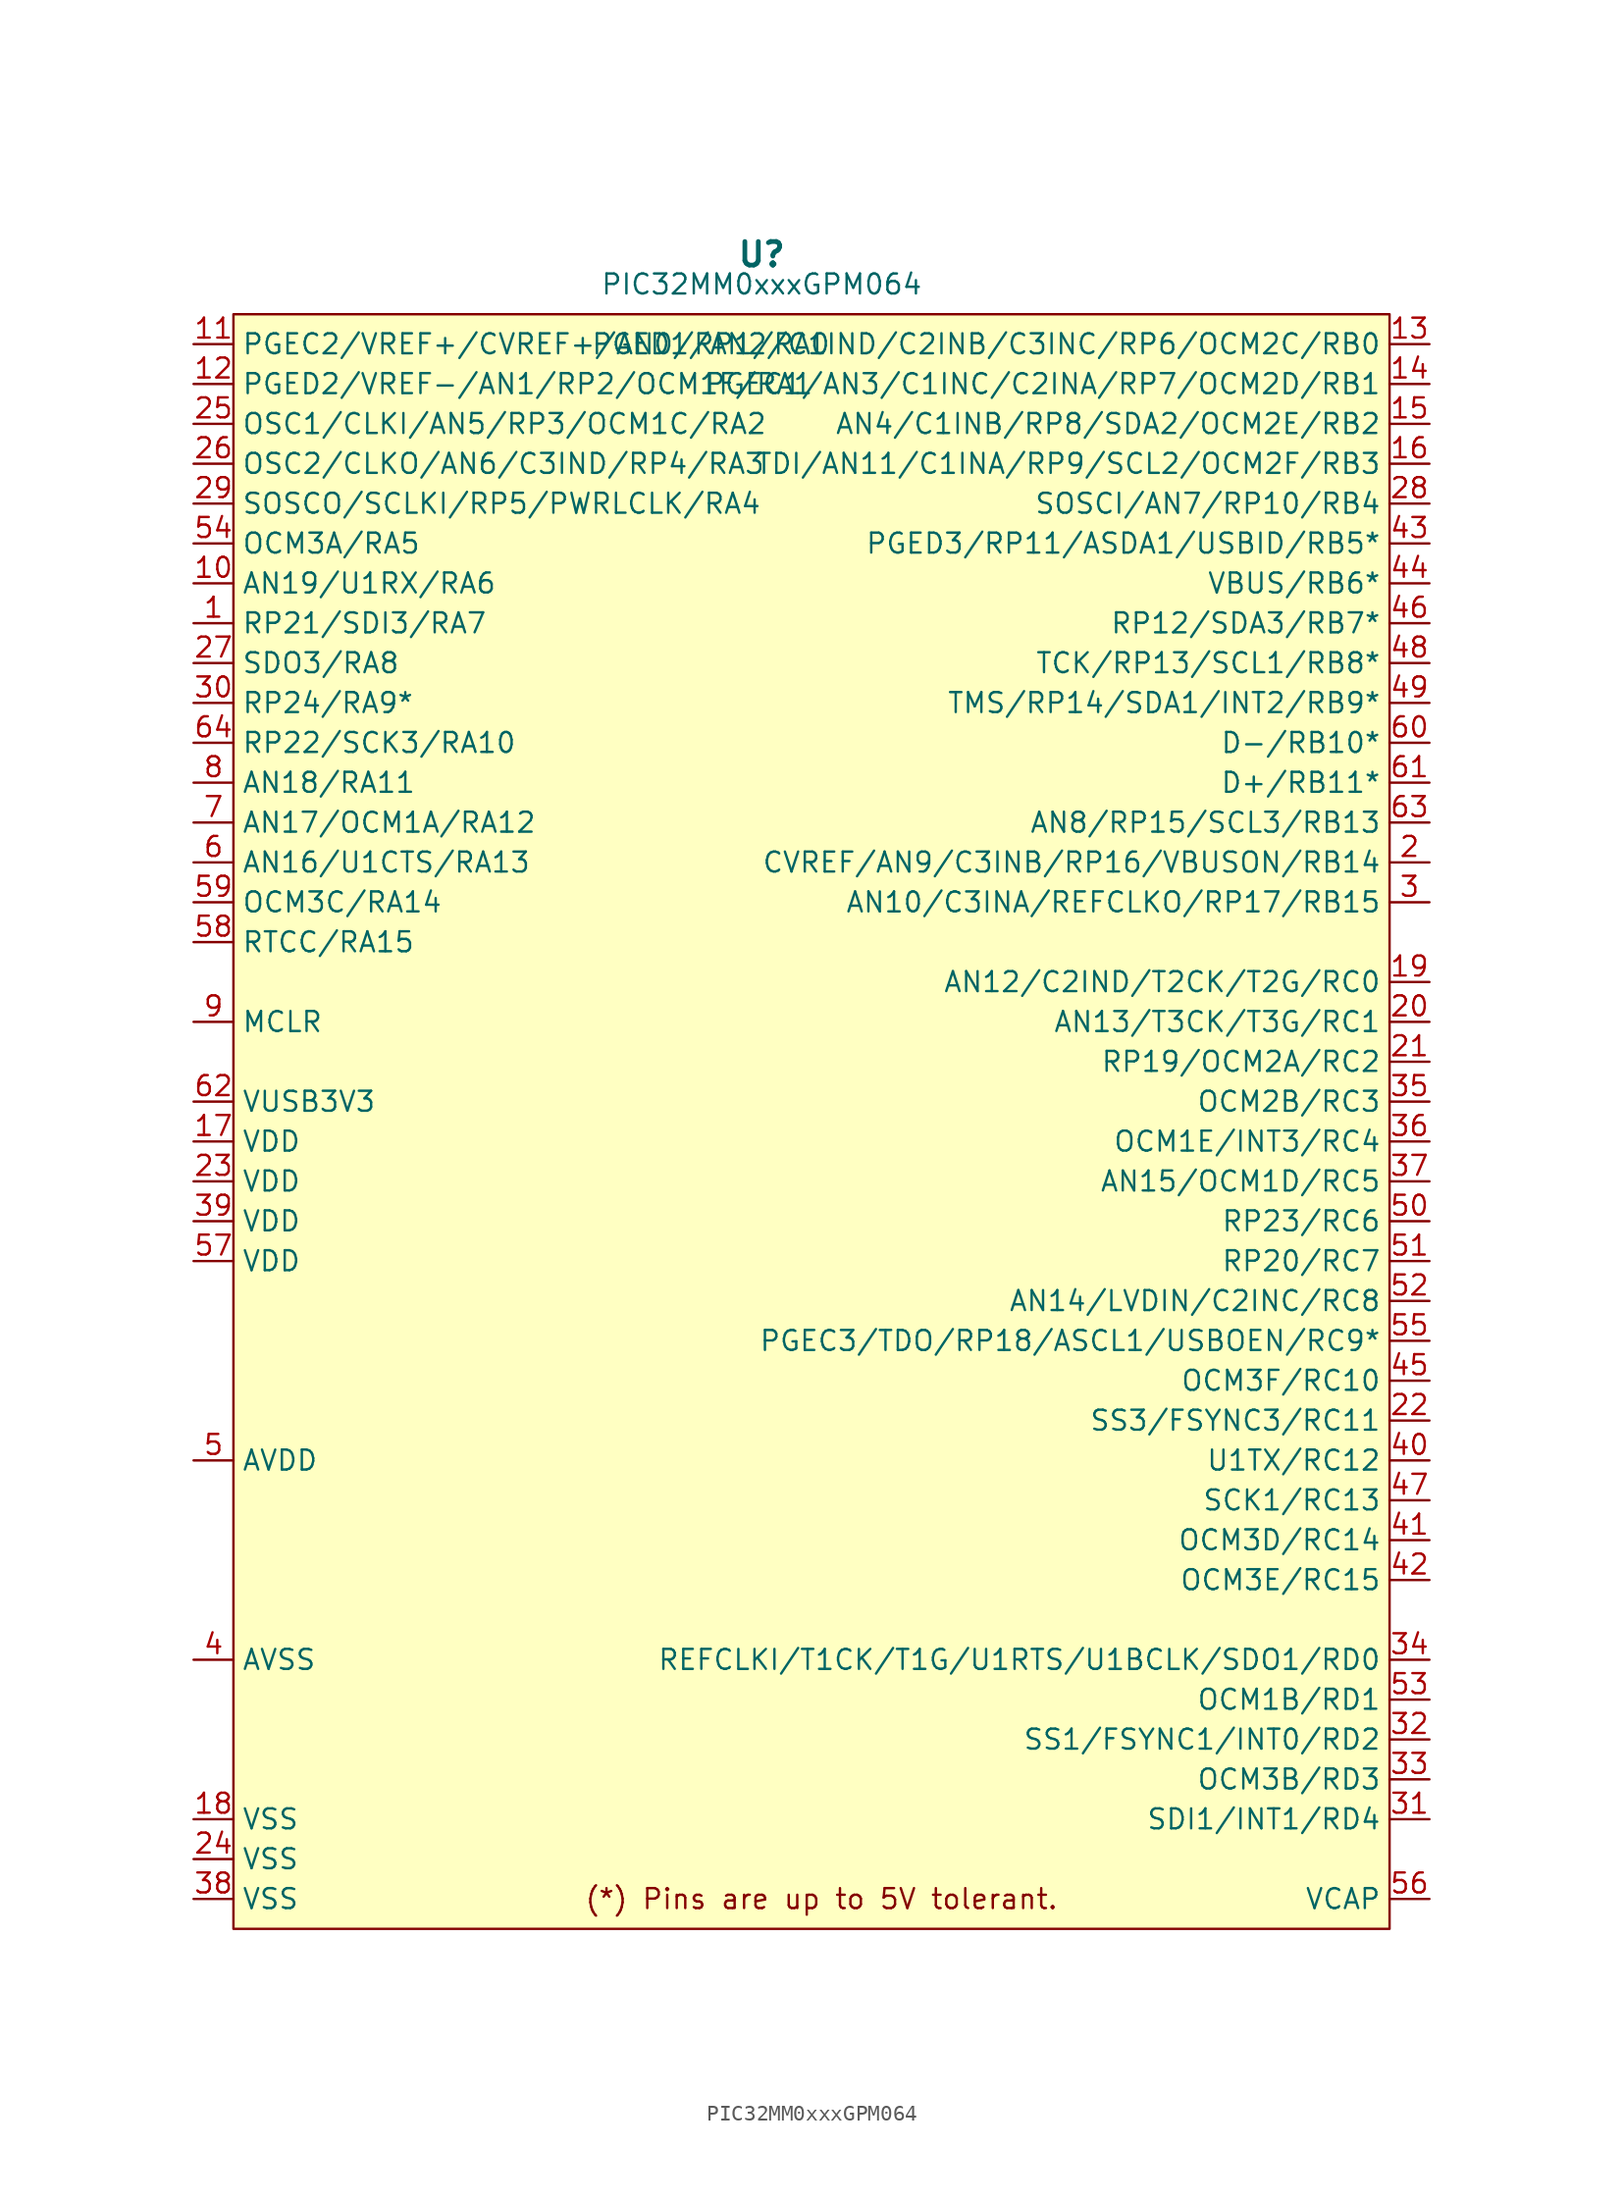
<source format=kicad_sym>
(kicad_symbol_lib
  (version 20231120)
  (generator "kicad_symbol_editor")
  (generator_version "8.0")
  (symbol "PIC32MM0xxxGPM064"
    (property "Reference" "U"
      (at 0 0.635 0)
      (effects (font (size 1.5 1.5) (bold yes))))
    (property "Value" "PIC32MM0xxxGPM064"
      (at 0 -1.27 0)
      (effects (font (size 1.27 1.27))))
    (symbol "PIC32MM0xxxGPM064_0_0"
      (pin bidirectional line (at -36.195 -22.86 0) (length 2.54) (name "RP21/SDI3/RA7" (effects (font (size 1.27 1.27)))) (number "1" (effects (font (size 1.27 1.27)))))
      (pin bidirectional line (at -36.195 -20.32 0) (length 2.54) (name "AN19/U1RX/RA6" (effects (font (size 1.27 1.27)))) (number "10" (effects (font (size 1.27 1.27)))))
      (pin bidirectional line (at -36.195 -5.08 0) (length 2.54) (name "PGEC2/VREF+/CVREF+/AN0/RP1/RA0" (effects (font (size 1.27 1.27)))) (number "11" (effects (font (size 1.27 1.27)))))
      (pin bidirectional line (at -36.195 -7.62 0) (length 2.54) (name "PGED2/VREF-/AN1/RP2/OCM1F/RA1" (effects (font (size 1.27 1.27)))) (number "12" (effects (font (size 1.27 1.27)))))
      (pin bidirectional line (at 42.545 -7.62 180) (length 2.54) (name "PGEC1/AN3/C1INC/C2INA/RP7/OCM2D/RB1" (effects (font (size 1.27 1.27)))) (number "14" (effects (font (size 1.27 1.27)))))
      (pin bidirectional line (at 42.545 -10.16 180) (length 2.54) (name "AN4/C1INB/RP8/SDA2/OCM2E/RB2" (effects (font (size 1.27 1.27)))) (number "15" (effects (font (size 1.27 1.27)))))
      (pin bidirectional line (at 42.545 -12.7 180) (length 2.54) (name "TDI/AN11/C1INA/RP9/SCL2/OCM2F/RB3" (effects (font (size 1.27 1.27)))) (number "16" (effects (font (size 1.27 1.27)))))
      (pin power_in line (at -36.195 -55.88 0) (length 2.54) (name "VDD" (effects (font (size 1.27 1.27)))) (number "17" (effects (font (size 1.27 1.27)))))
      (pin passive line (at -36.195 -99.06 0) (length 2.54) (name "VSS" (effects (font (size 1.27 1.27)))) (number "18" (effects (font (size 1.27 1.27)))))
      (pin bidirectional line (at 42.545 -45.72 180) (length 2.54) (name "AN12/C2IND/T2CK/T2G/RC0" (effects (font (size 1.27 1.27)))) (number "19" (effects (font (size 1.27 1.27)))))
      (pin bidirectional line (at 42.545 -38.1 180) (length 2.54) (name "CVREF/AN9/C3INB/RP16/VBUSON/RB14" (effects (font (size 1.27 1.27)))) (number "2" (effects (font (size 1.27 1.27)))))
      (pin bidirectional line (at 42.545 -48.26 180) (length 2.54) (name "AN13/T3CK/T3G/RC1" (effects (font (size 1.27 1.27)))) (number "20" (effects (font (size 1.27 1.27)))))
      (pin bidirectional line (at 42.545 -50.8 180) (length 2.54) (name "RP19/OCM2A/RC2" (effects (font (size 1.27 1.27)))) (number "21" (effects (font (size 1.27 1.27)))))
      (pin bidirectional line (at 42.545 -73.66 180) (length 2.54) (name "SS3/FSYNC3/RC11" (effects (font (size 1.27 1.27)))) (number "22" (effects (font (size 1.27 1.27)))))
      (pin power_in line (at -36.195 -58.42 0) (length 2.54) (name "VDD" (effects (font (size 1.27 1.27)))) (number "23" (effects (font (size 1.27 1.27)))))
      (pin passive line (at -36.195 -101.6 0) (length 2.54) (name "VSS" (effects (font (size 1.27 1.27)))) (number "24" (effects (font (size 1.27 1.27)))))
      (pin bidirectional line (at -36.195 -10.16 0) (length 2.54) (name "OSC1/CLKI/AN5/RP3/OCM1C/RA2" (effects (font (size 1.27 1.27)))) (number "25" (effects (font (size 1.27 1.27)))))
      (pin bidirectional line (at -36.195 -12.7 0) (length 2.54) (name "OSC2/CLKO/AN6/C3IND/RP4/RA3" (effects (font (size 1.27 1.27)))) (number "26" (effects (font (size 1.27 1.27)))))
      (pin bidirectional line (at -36.195 -25.4 0) (length 2.54) (name "SDO3/RA8" (effects (font (size 1.27 1.27)))) (number "27" (effects (font (size 1.27 1.27)))))
      (pin bidirectional line (at 42.545 -15.24 180) (length 2.54) (name "SOSCI/AN7/RP10/RB4" (effects (font (size 1.27 1.27)))) (number "28" (effects (font (size 1.27 1.27)))))
      (pin bidirectional line (at -36.195 -15.24 0) (length 2.54) (name "SOSCO/SCLKI/RP5/PWRLCLK/RA4" (effects (font (size 1.27 1.27)))) (number "29" (effects (font (size 1.27 1.27)))))
      (pin bidirectional line (at 42.545 -40.64 180) (length 2.54) (name "AN10/C3INA/REFCLKO/RP17/RB15" (effects (font (size 1.27 1.27)))) (number "3" (effects (font (size 1.27 1.27)))))
      (pin bidirectional line (at 42.545 -99.06 180) (length 2.54) (name "SDI1/INT1/RD4" (effects (font (size 1.27 1.27)))) (number "31" (effects (font (size 1.27 1.27)))))
      (pin bidirectional line (at 42.545 -93.98 180) (length 2.54) (name "SS1/FSYNC1/INT0/RD2" (effects (font (size 1.27 1.27)))) (number "32" (effects (font (size 1.27 1.27)))))
      (pin bidirectional line (at 42.545 -96.52 180) (length 2.54) (name "OCM3B/RD3" (effects (font (size 1.27 1.27)))) (number "33" (effects (font (size 1.27 1.27)))))
      (pin bidirectional line (at 42.545 -53.34 180) (length 2.54) (name "OCM2B/RC3" (effects (font (size 1.27 1.27)))) (number "35" (effects (font (size 1.27 1.27)))))
      (pin bidirectional line (at 42.545 -55.88 180) (length 2.54) (name "OCM1E/INT3/RC4" (effects (font (size 1.27 1.27)))) (number "36" (effects (font (size 1.27 1.27)))))
      (pin bidirectional line (at 42.545 -58.42 180) (length 2.54) (name "AN15/OCM1D/RC5" (effects (font (size 1.27 1.27)))) (number "37" (effects (font (size 1.27 1.27)))))
      (pin passive line (at -36.195 -104.14 0) (length 2.54) (name "VSS" (effects (font (size 1.27 1.27)))) (number "38" (effects (font (size 1.27 1.27)))))
      (pin power_in line (at -36.195 -60.96 0) (length 2.54) (name "VDD" (effects (font (size 1.27 1.27)))) (number "39" (effects (font (size 1.27 1.27)))))
      (pin bidirectional line (at 42.545 -76.2 180) (length 2.54) (name "U1TX/RC12" (effects (font (size 1.27 1.27)))) (number "40" (effects (font (size 1.27 1.27)))))
      (pin bidirectional line (at 42.545 -81.28 180) (length 2.54) (name "OCM3D/RC14" (effects (font (size 1.27 1.27)))) (number "41" (effects (font (size 1.27 1.27)))))
      (pin bidirectional line (at 42.545 -83.82 180) (length 2.54) (name "OCM3E/RC15" (effects (font (size 1.27 1.27)))) (number "42" (effects (font (size 1.27 1.27)))))
      (pin bidirectional line (at 42.545 -71.12 180) (length 2.54) (name "OCM3F/RC10" (effects (font (size 1.27 1.27)))) (number "45" (effects (font (size 1.27 1.27)))))
      (pin bidirectional line (at 42.545 -78.74 180) (length 2.54) (name "SCK1/RC13" (effects (font (size 1.27 1.27)))) (number "47" (effects (font (size 1.27 1.27)))))
      (pin bidirectional line (at 42.545 -60.96 180) (length 2.54) (name "RP23/RC6" (effects (font (size 1.27 1.27)))) (number "50" (effects (font (size 1.27 1.27)))))
      (pin bidirectional line (at 42.545 -63.5 180) (length 2.54) (name "RP20/RC7" (effects (font (size 1.27 1.27)))) (number "51" (effects (font (size 1.27 1.27)))))
      (pin bidirectional line (at 42.545 -66.04 180) (length 2.54) (name "AN14/LVDIN/C2INC/RC8" (effects (font (size 1.27 1.27)))) (number "52" (effects (font (size 1.27 1.27)))))
      (pin bidirectional line (at 42.545 -91.44 180) (length 2.54) (name "OCM1B/RD1" (effects (font (size 1.27 1.27)))) (number "53" (effects (font (size 1.27 1.27)))))
      (pin bidirectional line (at -36.195 -17.78 0) (length 2.54) (name "OCM3A/RA5" (effects (font (size 1.27 1.27)))) (number "54" (effects (font (size 1.27 1.27)))))
      (pin bidirectional line (at -36.195 -43.18 0) (length 2.54) (name "RTCC/RA15" (effects (font (size 1.27 1.27)))) (number "58" (effects (font (size 1.27 1.27)))))
      (pin bidirectional line (at -36.195 -40.64 0) (length 2.54) (name "OCM3C/RA14" (effects (font (size 1.27 1.27)))) (number "59" (effects (font (size 1.27 1.27)))))
      (pin bidirectional line (at -36.195 -38.1 0) (length 2.54) (name "AN16/U1CTS/RA13" (effects (font (size 1.27 1.27)))) (number "6" (effects (font (size 1.27 1.27)))))
      (pin power_in line (at -36.195 -53.34 0) (length 2.54) (name "VUSB3V3" (effects (font (size 1.27 1.27)))) (number "62" (effects (font (size 1.27 1.27)))))
      (pin bidirectional line (at 42.545 -35.56 180) (length 2.54) (name "AN8/RP15/SCL3/RB13" (effects (font (size 1.27 1.27)))) (number "63" (effects (font (size 1.27 1.27)))))
      (pin bidirectional line (at -36.195 -30.48 0) (length 2.54) (name "RP22/SCK3/RA10" (effects (font (size 1.27 1.27)))) (number "64" (effects (font (size 1.27 1.27)))))
      (pin bidirectional line (at -36.195 -35.56 0) (length 2.54) (name "AN17/OCM1A/RA12" (effects (font (size 1.27 1.27)))) (number "7" (effects (font (size 1.27 1.27)))))
      (pin bidirectional line (at -36.195 -33.02 0) (length 2.54) (name "AN18/RA11" (effects (font (size 1.27 1.27)))) (number "8" (effects (font (size 1.27 1.27))))))
    (symbol "PIC32MM0xxxGPM064_1_0"
      (pin bidirectional line (at 42.545 -5.08 180) (length 2.54) (name "PGED1/AN2/C1IND/C2INB/C3INC/RP6/OCM2C/RB0" (effects (font (size 1.27 1.27)))) (number "13" (effects (font (size 1.27 1.27)))))
      (pin bidirectional line (at -36.195 -27.94 0) (length 2.54) (name "RP24/RA9*" (effects (font (size 1.27 1.27)))) (number "30" (effects (font (size 1.27 1.27)))))
      (pin bidirectional line (at 42.545 -88.9 180) (length 2.54) (name "REFCLKI/T1CK/T1G/U1RTS/U1BCLK/SDO1/RD0" (effects (font (size 1.27 1.27)))) (number "34" (effects (font (size 1.27 1.27)))))
      (pin passive line (at -36.195 -88.9 0) (length 2.54) (name "AVSS" (effects (font (size 1.27 1.27)))) (number "4" (effects (font (size 1.27 1.27)))))
      (pin bidirectional line (at 42.545 -17.78 180) (length 2.54) (name "PGED3/RP11/ASDA1/USBID/RB5*" (effects (font (size 1.27 1.27)))) (number "43" (effects (font (size 1.27 1.27)))))
      (pin bidirectional line (at 42.545 -20.32 180) (length 2.54) (name "VBUS/RB6*" (effects (font (size 1.27 1.27)))) (number "44" (effects (font (size 1.27 1.27)))))
      (pin bidirectional line (at 42.545 -22.86 180) (length 2.54) (name "RP12/SDA3/RB7*" (effects (font (size 1.27 1.27)))) (number "46" (effects (font (size 1.27 1.27)))))
      (pin bidirectional line (at 42.545 -25.4 180) (length 2.54) (name "TCK/RP13/SCL1/RB8*" (effects (font (size 1.27 1.27)))) (number "48" (effects (font (size 1.27 1.27)))))
      (pin bidirectional line (at 42.545 -27.94 180) (length 2.54) (name "TMS/RP14/SDA1/INT2/RB9*" (effects (font (size 1.27 1.27)))) (number "49" (effects (font (size 1.27 1.27)))))
      (pin power_in line (at -36.195 -76.2 0) (length 2.54) (name "AVDD" (effects (font (size 1.27 1.27)))) (number "5" (effects (font (size 1.27 1.27)))))
      (pin bidirectional line (at 42.545 -68.58 180) (length 2.54) (name "PGEC3/TDO/RP18/ASCL1/USBOEN/RC9*" (effects (font (size 1.27 1.27)))) (number "55" (effects (font (size 1.27 1.27)))))
      (pin passive line (at 42.545 -104.14 180) (length 2.54) (name "VCAP" (effects (font (size 1.27 1.27)))) (number "56" (effects (font (size 1.27 1.27)))))
      (pin power_in line (at -36.195 -63.5 0) (length 2.54) (name "VDD" (effects (font (size 1.27 1.27)))) (number "57" (effects (font (size 1.27 1.27)))))
      (pin bidirectional line (at 42.545 -30.48 180) (length 2.54) (name "D-/RB10*" (effects (font (size 1.27 1.27)))) (number "60" (effects (font (size 1.27 1.27)))))
      (pin bidirectional line (at 42.545 -33.02 180) (length 2.54) (name "D+/RB11*" (effects (font (size 1.27 1.27)))) (number "61" (effects (font (size 1.27 1.27)))))
      (pin input line (at -36.195 -48.26 0) (length 2.54) (name "MCLR" (effects (font (size 1.27 1.27)))) (number "9" (effects (font (size 1.27 1.27))))))
    (symbol "PIC32MM0xxxGPM064_1_1"
      (rectangle (start -33.655 -3.175) (end 40.005 -106.045) (stroke (width 0) (type default)) (fill (type background)))
      (text "(*) Pins are up to 5V tolerant." (at 3.81 -104.14 0) (effects (font (size 1.27 1.27)))))))
</source>
